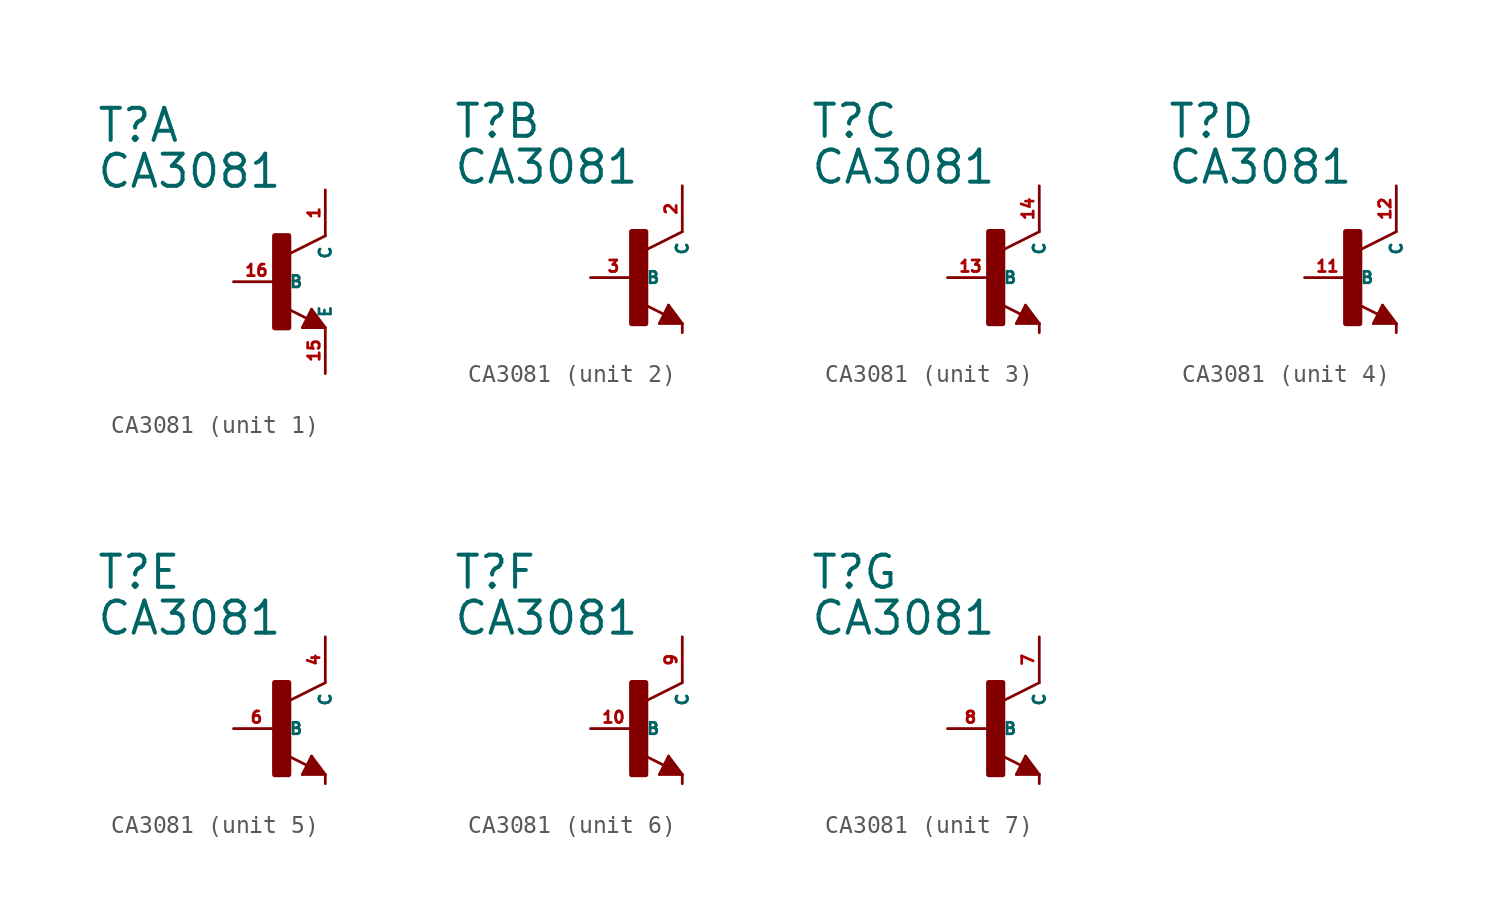
<source format=kicad_sym>
(kicad_symbol_lib
  (version 20220914)
  (generator Eagle2Kicad)
  (symbol "CA3081"
    (property "Reference" "T"
      (at -10.16 7.62 0)
      (effects (font (size 1.778 1.778) (thickness 0.22)) (justify left bottom)))
    (property "Value" "CA3081"
      (at -10.16 5.08 0)
      (effects (font (size 1.778 1.778) (thickness 0.22)) (justify left bottom)))
    (symbol "CA3081_1_0"
      (polyline (pts (xy 2.54 2.54) (xy 0.508 1.524)) (stroke (width 0.152) (type default)) (fill (type none)))
      (polyline (pts (xy 1.54 -2.04) (xy 0.308 -1.424)) (stroke (width 0.152) (type default)) (fill (type none)))
      (polyline (pts (xy 1.778 -1.524) (xy 2.54 -2.54)) (stroke (width 0.152) (type default)) (fill (type none)))
      (polyline (pts (xy 2.54 -2.54) (xy 1.27 -2.54)) (stroke (width 0.152) (type default)) (fill (type none)))
      (polyline (pts (xy 1.27 -2.54) (xy 1.778 -1.524)) (stroke (width 0.152) (type default)) (fill (type none)))
      (polyline (pts (xy 1.524 -2.413) (xy 2.286 -2.413)) (stroke (width 0.254) (type default)) (fill (type none)))
      (polyline (pts (xy 2.286 -2.413) (xy 1.778 -1.778)) (stroke (width 0.254) (type default)) (fill (type none)))
      (polyline (pts (xy 1.778 -1.778) (xy 1.524 -2.286)) (stroke (width 0.254) (type default)) (fill (type none)))
      (polyline (pts (xy 1.524 -2.286) (xy 1.905 -2.286)) (stroke (width 0.254) (type default)) (fill (type none)))
      (polyline (pts (xy 1.905 -2.286) (xy 1.778 -2.032)) (stroke (width 0.254) (type default)) (fill (type none)))
      (rectangle (start -0.254 -2.54) (end 0.508 2.54) (stroke (width 0.3) (type default)) (fill (type outline)))
      (pin passive line (at -2.54 0 0) (length 2.54) (name "B" (effects (font (size 0.635 0.635) (thickness 0.08)) (justify left bottom))) (number "16" (effects (font (size 0.635 0.635) (thickness 0.08)) (justify left bottom))))
      (pin passive line (at 2.54 -5.08 90) (length 2.54) (name "E" (effects (font (size 0.635 0.635) (thickness 0.08)) (justify left bottom))) (number "15" (effects (font (size 0.635 0.635) (thickness 0.08)) (justify left bottom))))
      (pin passive line (at 2.54 5.08 270) (length 2.54) (name "C" (effects (font (size 0.635 0.635) (thickness 0.08)) (justify left bottom))) (number "1" (effects (font (size 0.635 0.635) (thickness 0.08)) (justify left bottom)))))
    (symbol "CA3081_2_0"
      (polyline (pts (xy 2.54 2.54) (xy 0.508 1.524)) (stroke (width 0.152) (type default)) (fill (type none)))
      (polyline (pts (xy 1.54 -2.04) (xy 0.308 -1.424)) (stroke (width 0.152) (type default)) (fill (type none)))
      (polyline (pts (xy 2.54 -3.048) (xy 2.54 -2.54)) (stroke (width 0.152) (type default)) (fill (type none)))
      (polyline (pts (xy 1.778 -1.524) (xy 2.54 -2.54)) (stroke (width 0.152) (type default)) (fill (type none)))
      (polyline (pts (xy 2.54 -2.54) (xy 1.27 -2.54)) (stroke (width 0.152) (type default)) (fill (type none)))
      (polyline (pts (xy 1.27 -2.54) (xy 1.778 -1.524)) (stroke (width 0.152) (type default)) (fill (type none)))
      (polyline (pts (xy 1.524 -2.413) (xy 2.286 -2.413)) (stroke (width 0.254) (type default)) (fill (type none)))
      (polyline (pts (xy 2.286 -2.413) (xy 1.778 -1.778)) (stroke (width 0.254) (type default)) (fill (type none)))
      (polyline (pts (xy 1.778 -1.778) (xy 1.524 -2.286)) (stroke (width 0.254) (type default)) (fill (type none)))
      (polyline (pts (xy 1.524 -2.286) (xy 1.905 -2.286)) (stroke (width 0.254) (type default)) (fill (type none)))
      (polyline (pts (xy 1.905 -2.286) (xy 1.778 -2.032)) (stroke (width 0.254) (type default)) (fill (type none)))
      (rectangle (start -0.254 -2.54) (end 0.508 2.54) (stroke (width 0.3) (type default)) (fill (type outline)))
      (pin passive line (at -2.54 0 0) (length 2.54) (name "B" (effects (font (size 0.635 0.635) (thickness 0.08)) (justify left bottom))) (number "3" (effects (font (size 0.635 0.635) (thickness 0.08)) (justify left bottom))))
      (pin passive line (at 2.54 5.08 270) (length 2.54) (name "C" (effects (font (size 0.635 0.635) (thickness 0.08)) (justify left bottom))) (number "2" (effects (font (size 0.635 0.635) (thickness 0.08)) (justify left bottom)))))
    (symbol "CA3081_3_0"
      (polyline (pts (xy 2.54 2.54) (xy 0.508 1.524)) (stroke (width 0.152) (type default)) (fill (type none)))
      (polyline (pts (xy 1.54 -2.04) (xy 0.308 -1.424)) (stroke (width 0.152) (type default)) (fill (type none)))
      (polyline (pts (xy 2.54 -3.048) (xy 2.54 -2.54)) (stroke (width 0.152) (type default)) (fill (type none)))
      (polyline (pts (xy 1.778 -1.524) (xy 2.54 -2.54)) (stroke (width 0.152) (type default)) (fill (type none)))
      (polyline (pts (xy 2.54 -2.54) (xy 1.27 -2.54)) (stroke (width 0.152) (type default)) (fill (type none)))
      (polyline (pts (xy 1.27 -2.54) (xy 1.778 -1.524)) (stroke (width 0.152) (type default)) (fill (type none)))
      (polyline (pts (xy 1.524 -2.413) (xy 2.286 -2.413)) (stroke (width 0.254) (type default)) (fill (type none)))
      (polyline (pts (xy 2.286 -2.413) (xy 1.778 -1.778)) (stroke (width 0.254) (type default)) (fill (type none)))
      (polyline (pts (xy 1.778 -1.778) (xy 1.524 -2.286)) (stroke (width 0.254) (type default)) (fill (type none)))
      (polyline (pts (xy 1.524 -2.286) (xy 1.905 -2.286)) (stroke (width 0.254) (type default)) (fill (type none)))
      (polyline (pts (xy 1.905 -2.286) (xy 1.778 -2.032)) (stroke (width 0.254) (type default)) (fill (type none)))
      (rectangle (start -0.254 -2.54) (end 0.508 2.54) (stroke (width 0.3) (type default)) (fill (type outline)))
      (pin passive line (at -2.54 0 0) (length 2.54) (name "B" (effects (font (size 0.635 0.635) (thickness 0.08)) (justify left bottom))) (number "13" (effects (font (size 0.635 0.635) (thickness 0.08)) (justify left bottom))))
      (pin passive line (at 2.54 5.08 270) (length 2.54) (name "C" (effects (font (size 0.635 0.635) (thickness 0.08)) (justify left bottom))) (number "14" (effects (font (size 0.635 0.635) (thickness 0.08)) (justify left bottom)))))
    (symbol "CA3081_4_0"
      (polyline (pts (xy 2.54 2.54) (xy 0.508 1.524)) (stroke (width 0.152) (type default)) (fill (type none)))
      (polyline (pts (xy 1.54 -2.04) (xy 0.308 -1.424)) (stroke (width 0.152) (type default)) (fill (type none)))
      (polyline (pts (xy 2.54 -3.048) (xy 2.54 -2.54)) (stroke (width 0.152) (type default)) (fill (type none)))
      (polyline (pts (xy 1.778 -1.524) (xy 2.54 -2.54)) (stroke (width 0.152) (type default)) (fill (type none)))
      (polyline (pts (xy 2.54 -2.54) (xy 1.27 -2.54)) (stroke (width 0.152) (type default)) (fill (type none)))
      (polyline (pts (xy 1.27 -2.54) (xy 1.778 -1.524)) (stroke (width 0.152) (type default)) (fill (type none)))
      (polyline (pts (xy 1.524 -2.413) (xy 2.286 -2.413)) (stroke (width 0.254) (type default)) (fill (type none)))
      (polyline (pts (xy 2.286 -2.413) (xy 1.778 -1.778)) (stroke (width 0.254) (type default)) (fill (type none)))
      (polyline (pts (xy 1.778 -1.778) (xy 1.524 -2.286)) (stroke (width 0.254) (type default)) (fill (type none)))
      (polyline (pts (xy 1.524 -2.286) (xy 1.905 -2.286)) (stroke (width 0.254) (type default)) (fill (type none)))
      (polyline (pts (xy 1.905 -2.286) (xy 1.778 -2.032)) (stroke (width 0.254) (type default)) (fill (type none)))
      (rectangle (start -0.254 -2.54) (end 0.508 2.54) (stroke (width 0.3) (type default)) (fill (type outline)))
      (pin passive line (at -2.54 0 0) (length 2.54) (name "B" (effects (font (size 0.635 0.635) (thickness 0.08)) (justify left bottom))) (number "11" (effects (font (size 0.635 0.635) (thickness 0.08)) (justify left bottom))))
      (pin passive line (at 2.54 5.08 270) (length 2.54) (name "C" (effects (font (size 0.635 0.635) (thickness 0.08)) (justify left bottom))) (number "12" (effects (font (size 0.635 0.635) (thickness 0.08)) (justify left bottom)))))
    (symbol "CA3081_5_0"
      (polyline (pts (xy 2.54 2.54) (xy 0.508 1.524)) (stroke (width 0.152) (type default)) (fill (type none)))
      (polyline (pts (xy 1.54 -2.04) (xy 0.308 -1.424)) (stroke (width 0.152) (type default)) (fill (type none)))
      (polyline (pts (xy 2.54 -3.048) (xy 2.54 -2.54)) (stroke (width 0.152) (type default)) (fill (type none)))
      (polyline (pts (xy 1.778 -1.524) (xy 2.54 -2.54)) (stroke (width 0.152) (type default)) (fill (type none)))
      (polyline (pts (xy 2.54 -2.54) (xy 1.27 -2.54)) (stroke (width 0.152) (type default)) (fill (type none)))
      (polyline (pts (xy 1.27 -2.54) (xy 1.778 -1.524)) (stroke (width 0.152) (type default)) (fill (type none)))
      (polyline (pts (xy 1.524 -2.413) (xy 2.286 -2.413)) (stroke (width 0.254) (type default)) (fill (type none)))
      (polyline (pts (xy 2.286 -2.413) (xy 1.778 -1.778)) (stroke (width 0.254) (type default)) (fill (type none)))
      (polyline (pts (xy 1.778 -1.778) (xy 1.524 -2.286)) (stroke (width 0.254) (type default)) (fill (type none)))
      (polyline (pts (xy 1.524 -2.286) (xy 1.905 -2.286)) (stroke (width 0.254) (type default)) (fill (type none)))
      (polyline (pts (xy 1.905 -2.286) (xy 1.778 -2.032)) (stroke (width 0.254) (type default)) (fill (type none)))
      (rectangle (start -0.254 -2.54) (end 0.508 2.54) (stroke (width 0.3) (type default)) (fill (type outline)))
      (pin passive line (at -2.54 0 0) (length 2.54) (name "B" (effects (font (size 0.635 0.635) (thickness 0.08)) (justify left bottom))) (number "6" (effects (font (size 0.635 0.635) (thickness 0.08)) (justify left bottom))))
      (pin passive line (at 2.54 5.08 270) (length 2.54) (name "C" (effects (font (size 0.635 0.635) (thickness 0.08)) (justify left bottom))) (number "4" (effects (font (size 0.635 0.635) (thickness 0.08)) (justify left bottom)))))
    (symbol "CA3081_6_0"
      (polyline (pts (xy 2.54 2.54) (xy 0.508 1.524)) (stroke (width 0.152) (type default)) (fill (type none)))
      (polyline (pts (xy 1.54 -2.04) (xy 0.308 -1.424)) (stroke (width 0.152) (type default)) (fill (type none)))
      (polyline (pts (xy 2.54 -3.048) (xy 2.54 -2.54)) (stroke (width 0.152) (type default)) (fill (type none)))
      (polyline (pts (xy 1.778 -1.524) (xy 2.54 -2.54)) (stroke (width 0.152) (type default)) (fill (type none)))
      (polyline (pts (xy 2.54 -2.54) (xy 1.27 -2.54)) (stroke (width 0.152) (type default)) (fill (type none)))
      (polyline (pts (xy 1.27 -2.54) (xy 1.778 -1.524)) (stroke (width 0.152) (type default)) (fill (type none)))
      (polyline (pts (xy 1.524 -2.413) (xy 2.286 -2.413)) (stroke (width 0.254) (type default)) (fill (type none)))
      (polyline (pts (xy 2.286 -2.413) (xy 1.778 -1.778)) (stroke (width 0.254) (type default)) (fill (type none)))
      (polyline (pts (xy 1.778 -1.778) (xy 1.524 -2.286)) (stroke (width 0.254) (type default)) (fill (type none)))
      (polyline (pts (xy 1.524 -2.286) (xy 1.905 -2.286)) (stroke (width 0.254) (type default)) (fill (type none)))
      (polyline (pts (xy 1.905 -2.286) (xy 1.778 -2.032)) (stroke (width 0.254) (type default)) (fill (type none)))
      (rectangle (start -0.254 -2.54) (end 0.508 2.54) (stroke (width 0.3) (type default)) (fill (type outline)))
      (pin passive line (at -2.54 0 0) (length 2.54) (name "B" (effects (font (size 0.635 0.635) (thickness 0.08)) (justify left bottom))) (number "10" (effects (font (size 0.635 0.635) (thickness 0.08)) (justify left bottom))))
      (pin passive line (at 2.54 5.08 270) (length 2.54) (name "C" (effects (font (size 0.635 0.635) (thickness 0.08)) (justify left bottom))) (number "9" (effects (font (size 0.635 0.635) (thickness 0.08)) (justify left bottom)))))
    (symbol "CA3081_7_0"
      (polyline (pts (xy 2.54 2.54) (xy 0.508 1.524)) (stroke (width 0.152) (type default)) (fill (type none)))
      (polyline (pts (xy 1.54 -2.04) (xy 0.308 -1.424)) (stroke (width 0.152) (type default)) (fill (type none)))
      (polyline (pts (xy 2.54 -3.048) (xy 2.54 -2.54)) (stroke (width 0.152) (type default)) (fill (type none)))
      (polyline (pts (xy 1.778 -1.524) (xy 2.54 -2.54)) (stroke (width 0.152) (type default)) (fill (type none)))
      (polyline (pts (xy 2.54 -2.54) (xy 1.27 -2.54)) (stroke (width 0.152) (type default)) (fill (type none)))
      (polyline (pts (xy 1.27 -2.54) (xy 1.778 -1.524)) (stroke (width 0.152) (type default)) (fill (type none)))
      (polyline (pts (xy 1.524 -2.413) (xy 2.286 -2.413)) (stroke (width 0.254) (type default)) (fill (type none)))
      (polyline (pts (xy 2.286 -2.413) (xy 1.778 -1.778)) (stroke (width 0.254) (type default)) (fill (type none)))
      (polyline (pts (xy 1.778 -1.778) (xy 1.524 -2.286)) (stroke (width 0.254) (type default)) (fill (type none)))
      (polyline (pts (xy 1.524 -2.286) (xy 1.905 -2.286)) (stroke (width 0.254) (type default)) (fill (type none)))
      (polyline (pts (xy 1.905 -2.286) (xy 1.778 -2.032)) (stroke (width 0.254) (type default)) (fill (type none)))
      (rectangle (start -0.254 -2.54) (end 0.508 2.54) (stroke (width 0.3) (type default)) (fill (type outline)))
      (pin passive line (at -2.54 0 0) (length 2.54) (name "B" (effects (font (size 0.635 0.635) (thickness 0.08)) (justify left bottom))) (number "8" (effects (font (size 0.635 0.635) (thickness 0.08)) (justify left bottom))))
      (pin passive line (at 2.54 5.08 270) (length 2.54) (name "C" (effects (font (size 0.635 0.635) (thickness 0.08)) (justify left bottom))) (number "7" (effects (font (size 0.635 0.635) (thickness 0.08)) (justify left bottom)))))))
</source>
